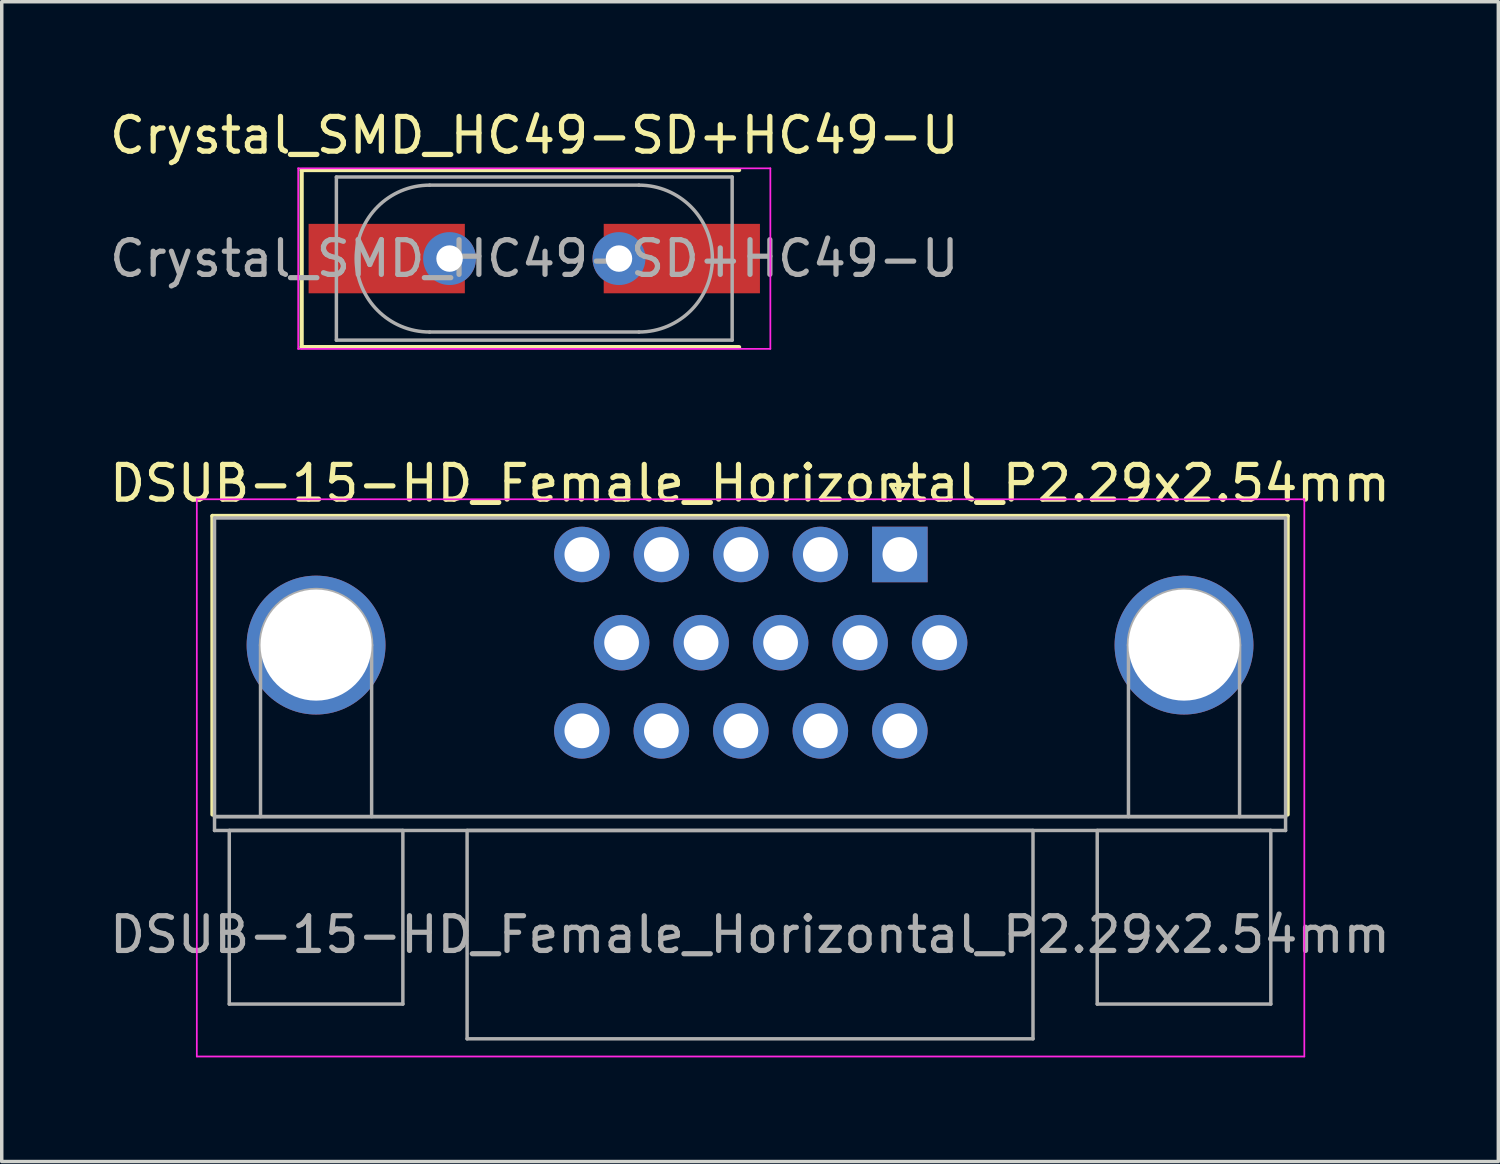
<source format=kicad_pcb>
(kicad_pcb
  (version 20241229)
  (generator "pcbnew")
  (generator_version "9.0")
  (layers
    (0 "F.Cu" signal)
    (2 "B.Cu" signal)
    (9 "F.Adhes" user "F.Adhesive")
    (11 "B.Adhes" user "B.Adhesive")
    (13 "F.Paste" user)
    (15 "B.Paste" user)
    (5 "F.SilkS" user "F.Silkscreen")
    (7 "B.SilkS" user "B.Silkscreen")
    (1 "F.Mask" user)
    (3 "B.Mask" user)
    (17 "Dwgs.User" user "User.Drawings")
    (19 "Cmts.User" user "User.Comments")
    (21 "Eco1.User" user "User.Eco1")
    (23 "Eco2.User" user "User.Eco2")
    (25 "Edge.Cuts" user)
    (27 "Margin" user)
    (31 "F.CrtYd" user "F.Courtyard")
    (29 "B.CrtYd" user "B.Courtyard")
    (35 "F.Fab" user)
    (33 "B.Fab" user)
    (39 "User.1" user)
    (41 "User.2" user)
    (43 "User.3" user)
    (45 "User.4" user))
  (footprint "Crystal_SMD_HC49-SD+HC49-U"
    (layer "F.Cu")
    (at 12.339 4.398)
    (property "Reference" "Crystal_SMD_HC49-SD+HC49-U" (at 0 -3.55 0) (layer "F.SilkS") (effects (font (size 1 1) (thickness 0.15))))
    (attr smd)
    (fp_line (start -6.7 -2.55) (end -6.7 2.55) (stroke (width 0.12) (type solid)) (layer "F.SilkS"))
    (fp_line (start -6.7 2.55) (end 5.9 2.55) (stroke (width 0.12) (type solid)) (layer "F.SilkS"))
    (fp_line (start 5.9 -2.55) (end -6.7 -2.55) (stroke (width 0.12) (type solid)) (layer "F.SilkS"))
    (fp_line (start -6.8 -2.6) (end -6.8 2.6) (stroke (width 0.05) (type solid)) (layer "F.CrtYd"))
    (fp_line (start -6.8 2.6) (end 6.8 2.6) (stroke (width 0.05) (type solid)) (layer "F.CrtYd"))
    (fp_line (start 6.8 -2.6) (end -6.8 -2.6) (stroke (width 0.05) (type solid)) (layer "F.CrtYd"))
    (fp_line (start 6.8 2.6) (end 6.8 -2.6) (stroke (width 0.05) (type solid)) (layer "F.CrtYd"))
    (fp_line (start -5.7 -2.35) (end -5.7 2.35) (stroke (width 0.1) (type solid)) (layer "F.Fab"))
    (fp_line (start -5.7 2.35) (end 5.7 2.35) (stroke (width 0.1) (type solid)) (layer "F.Fab"))
    (fp_line (start -3.015 -2.115) (end 3.015 -2.115) (stroke (width 0.1) (type solid)) (layer "F.Fab"))
    (fp_line (start -3.015 2.115) (end 3.015 2.115) (stroke (width 0.1) (type solid)) (layer "F.Fab"))
    (fp_line (start 5.7 -2.35) (end -5.7 -2.35) (stroke (width 0.1) (type solid)) (layer "F.Fab"))
    (fp_line (start 5.7 2.35) (end 5.7 -2.35) (stroke (width 0.1) (type solid)) (layer "F.Fab"))
    (fp_arc (start -3.015 2.115) (mid -5.13 0) (end -3.015 -2.115) (stroke (width 0.1) (type solid)) (layer "F.Fab"))
    (fp_arc (start 3.015 -2.115) (mid 5.13 0) (end 3.015 2.115) (stroke (width 0.1) (type solid)) (layer "F.Fab"))
    (fp_text user "${REFERENCE}" (at 0 0 0) (layer "F.Fab") (effects (font (size 1 1) (thickness 0.15))))
    (pad "1" smd rect (at -4.25 0) (size 4.5 2) (layers "F.Cu" "F.Mask" "F.Paste"))
    (pad "1" thru_hole circle (at -2.44 0) (size 1.524 1.524) (drill 0.762) (layers "*.Cu" "*.Mask"))
    (pad "2" thru_hole circle (at 2.44 0) (size 1.524 1.524) (drill 0.762) (layers "*.Cu" "*.Mask"))
    (pad "2" smd rect (at 4.25 0) (size 4.5 2) (layers "F.Cu" "F.Mask" "F.Paste")))
  (footprint "DSUB-15-HD_Female_Horizontal_P2.29x2.54mm"
    (layer "F.Cu")
    (at 22.869 12.921)
    (property "Reference" "DSUB-15-HD_Female_Horizontal_P2.29x2.54mm" (at -4.315 -2.05 0) (layer "F.SilkS") (effects (font (size 1 1) (thickness 0.15))))
    (attr through_hole)
    (fp_line (start -19.8 -1.11) (end 11.17 -1.11) (stroke (width 0.12) (type solid)) (layer "F.SilkS"))
    (fp_line (start -19.8 7.49) (end -19.8 -1.11) (stroke (width 0.12) (type solid)) (layer "F.SilkS"))
    (fp_line (start -0.25 -2.004) (end 0.25 -2.004) (stroke (width 0.12) (type solid)) (layer "F.SilkS"))
    (fp_line (start 0 -1.571) (end -0.25 -2.004) (stroke (width 0.12) (type solid)) (layer "F.SilkS"))
    (fp_line (start 0.25 -2.004) (end 0 -1.571) (stroke (width 0.12) (type solid)) (layer "F.SilkS"))
    (fp_line (start 11.17 -1.11) (end 11.17 7.49) (stroke (width 0.12) (type solid)) (layer "F.SilkS"))
    (fp_line (start -20.25 -1.59) (end -20.25 14.46) (stroke (width 0.05) (type solid)) (layer "F.CrtYd"))
    (fp_line (start -20.25 14.46) (end 11.65 14.46) (stroke (width 0.05) (type solid)) (layer "F.CrtYd"))
    (fp_line (start 11.65 -1.59) (end -20.25 -1.59) (stroke (width 0.05) (type solid)) (layer "F.CrtYd"))
    (fp_line (start 11.65 14.46) (end 11.65 -1.59) (stroke (width 0.05) (type solid)) (layer "F.CrtYd"))
    (fp_line (start -19.74 -1.05) (end -19.74 7.55) (stroke (width 0.1) (type solid)) (layer "F.Fab"))
    (fp_line (start -19.74 7.55) (end -19.74 7.95) (stroke (width 0.1) (type solid)) (layer "F.Fab"))
    (fp_line (start -19.74 7.55) (end 11.11 7.55) (stroke (width 0.1) (type solid)) (layer "F.Fab"))
    (fp_line (start -19.74 7.95) (end 11.11 7.95) (stroke (width 0.1) (type solid)) (layer "F.Fab"))
    (fp_line (start -19.315 7.95) (end -19.315 12.95) (stroke (width 0.1) (type solid)) (layer "F.Fab"))
    (fp_line (start -19.315 12.95) (end -14.315 12.95) (stroke (width 0.1) (type solid)) (layer "F.Fab"))
    (fp_line (start -18.415 7.55) (end -18.415 2.61) (stroke (width 0.1) (type solid)) (layer "F.Fab"))
    (fp_line (start -15.215 7.55) (end -15.215 2.61) (stroke (width 0.1) (type solid)) (layer "F.Fab"))
    (fp_line (start -14.315 7.95) (end -19.315 7.95) (stroke (width 0.1) (type solid)) (layer "F.Fab"))
    (fp_line (start -14.315 12.95) (end -14.315 7.95) (stroke (width 0.1) (type solid)) (layer "F.Fab"))
    (fp_line (start -12.465 7.95) (end -12.465 13.95) (stroke (width 0.1) (type solid)) (layer "F.Fab"))
    (fp_line (start -12.465 13.95) (end 3.835 13.95) (stroke (width 0.1) (type solid)) (layer "F.Fab"))
    (fp_line (start 3.835 7.95) (end -12.465 7.95) (stroke (width 0.1) (type solid)) (layer "F.Fab"))
    (fp_line (start 3.835 13.95) (end 3.835 7.95) (stroke (width 0.1) (type solid)) (layer "F.Fab"))
    (fp_line (start 5.685 7.95) (end 5.685 12.95) (stroke (width 0.1) (type solid)) (layer "F.Fab"))
    (fp_line (start 5.685 12.95) (end 10.685 12.95) (stroke (width 0.1) (type solid)) (layer "F.Fab"))
    (fp_line (start 6.585 7.55) (end 6.585 2.61) (stroke (width 0.1) (type solid)) (layer "F.Fab"))
    (fp_line (start 9.785 7.55) (end 9.785 2.61) (stroke (width 0.1) (type solid)) (layer "F.Fab"))
    (fp_line (start 10.685 7.95) (end 5.685 7.95) (stroke (width 0.1) (type solid)) (layer "F.Fab"))
    (fp_line (start 10.685 12.95) (end 10.685 7.95) (stroke (width 0.1) (type solid)) (layer "F.Fab"))
    (fp_line (start 11.11 -1.05) (end -19.74 -1.05) (stroke (width 0.1) (type solid)) (layer "F.Fab"))
    (fp_line (start 11.11 7.55) (end -19.74 7.55) (stroke (width 0.1) (type solid)) (layer "F.Fab"))
    (fp_line (start 11.11 7.55) (end 11.11 -1.05) (stroke (width 0.1) (type solid)) (layer "F.Fab"))
    (fp_line (start 11.11 7.95) (end 11.11 7.55) (stroke (width 0.1) (type solid)) (layer "F.Fab"))
    (fp_arc (start -18.415 2.61) (mid -16.815 1.01) (end -15.215 2.61) (stroke (width 0.1) (type solid)) (layer "F.Fab"))
    (fp_arc (start 6.585 2.61) (mid 8.185 1.01) (end 9.785 2.61) (stroke (width 0.1) (type solid)) (layer "F.Fab"))
    (fp_text user "${REFERENCE}" (at -4.315 10.95 0) (layer "F.Fab") (effects (font (size 1 1) (thickness 0.15))))
    (pad "0" thru_hole circle (at -16.815 2.61) (size 4 4) (drill 3.2) (layers "*.Cu" "*.Mask"))
    (pad "0" thru_hole circle (at 8.185 2.61) (size 4 4) (drill 3.2) (layers "*.Cu" "*.Mask"))
    (pad "1" thru_hole rect (at 0 0) (size 1.6 1.6) (drill 1) (layers "*.Cu" "*.Mask"))
    (pad "2" thru_hole circle (at -2.29 0) (size 1.6 1.6) (drill 1) (layers "*.Cu" "*.Mask"))
    (pad "3" thru_hole circle (at -4.58 0) (size 1.6 1.6) (drill 1) (layers "*.Cu" "*.Mask"))
    (pad "4" thru_hole circle (at -6.87 0) (size 1.6 1.6) (drill 1) (layers "*.Cu" "*.Mask"))
    (pad "5" thru_hole circle (at -9.16 0) (size 1.6 1.6) (drill 1) (layers "*.Cu" "*.Mask"))
    (pad "6" thru_hole circle (at 1.145 2.54) (size 1.6 1.6) (drill 1) (layers "*.Cu" "*.Mask"))
    (pad "7" thru_hole circle (at -1.145 2.54) (size 1.6 1.6) (drill 1) (layers "*.Cu" "*.Mask"))
    (pad "8" thru_hole circle (at -3.435 2.54) (size 1.6 1.6) (drill 1) (layers "*.Cu" "*.Mask"))
    (pad "9" thru_hole circle (at -5.725 2.54) (size 1.6 1.6) (drill 1) (layers "*.Cu" "*.Mask"))
    (pad "10" thru_hole circle (at -8.015 2.54) (size 1.6 1.6) (drill 1) (layers "*.Cu" "*.Mask"))
    (pad "11" thru_hole circle (at 0 5.08) (size 1.6 1.6) (drill 1) (layers "*.Cu" "*.Mask"))
    (pad "12" thru_hole circle (at -2.29 5.08) (size 1.6 1.6) (drill 1) (layers "*.Cu" "*.Mask"))
    (pad "13" thru_hole circle (at -4.58 5.08) (size 1.6 1.6) (drill 1) (layers "*.Cu" "*.Mask"))
    (pad "14" thru_hole circle (at -6.87 5.08) (size 1.6 1.6) (drill 1) (layers "*.Cu" "*.Mask"))
    (pad "15" thru_hole circle (at -9.16 5.08) (size 1.6 1.6) (drill 1) (layers "*.Cu" "*.Mask")))
  (gr_rect
    (start -3 -3)
    (end 40.107 30.407)
    (stroke (width 0.1) (type default))
    (fill no)
    (layer "Edge.Cuts")))
</source>
